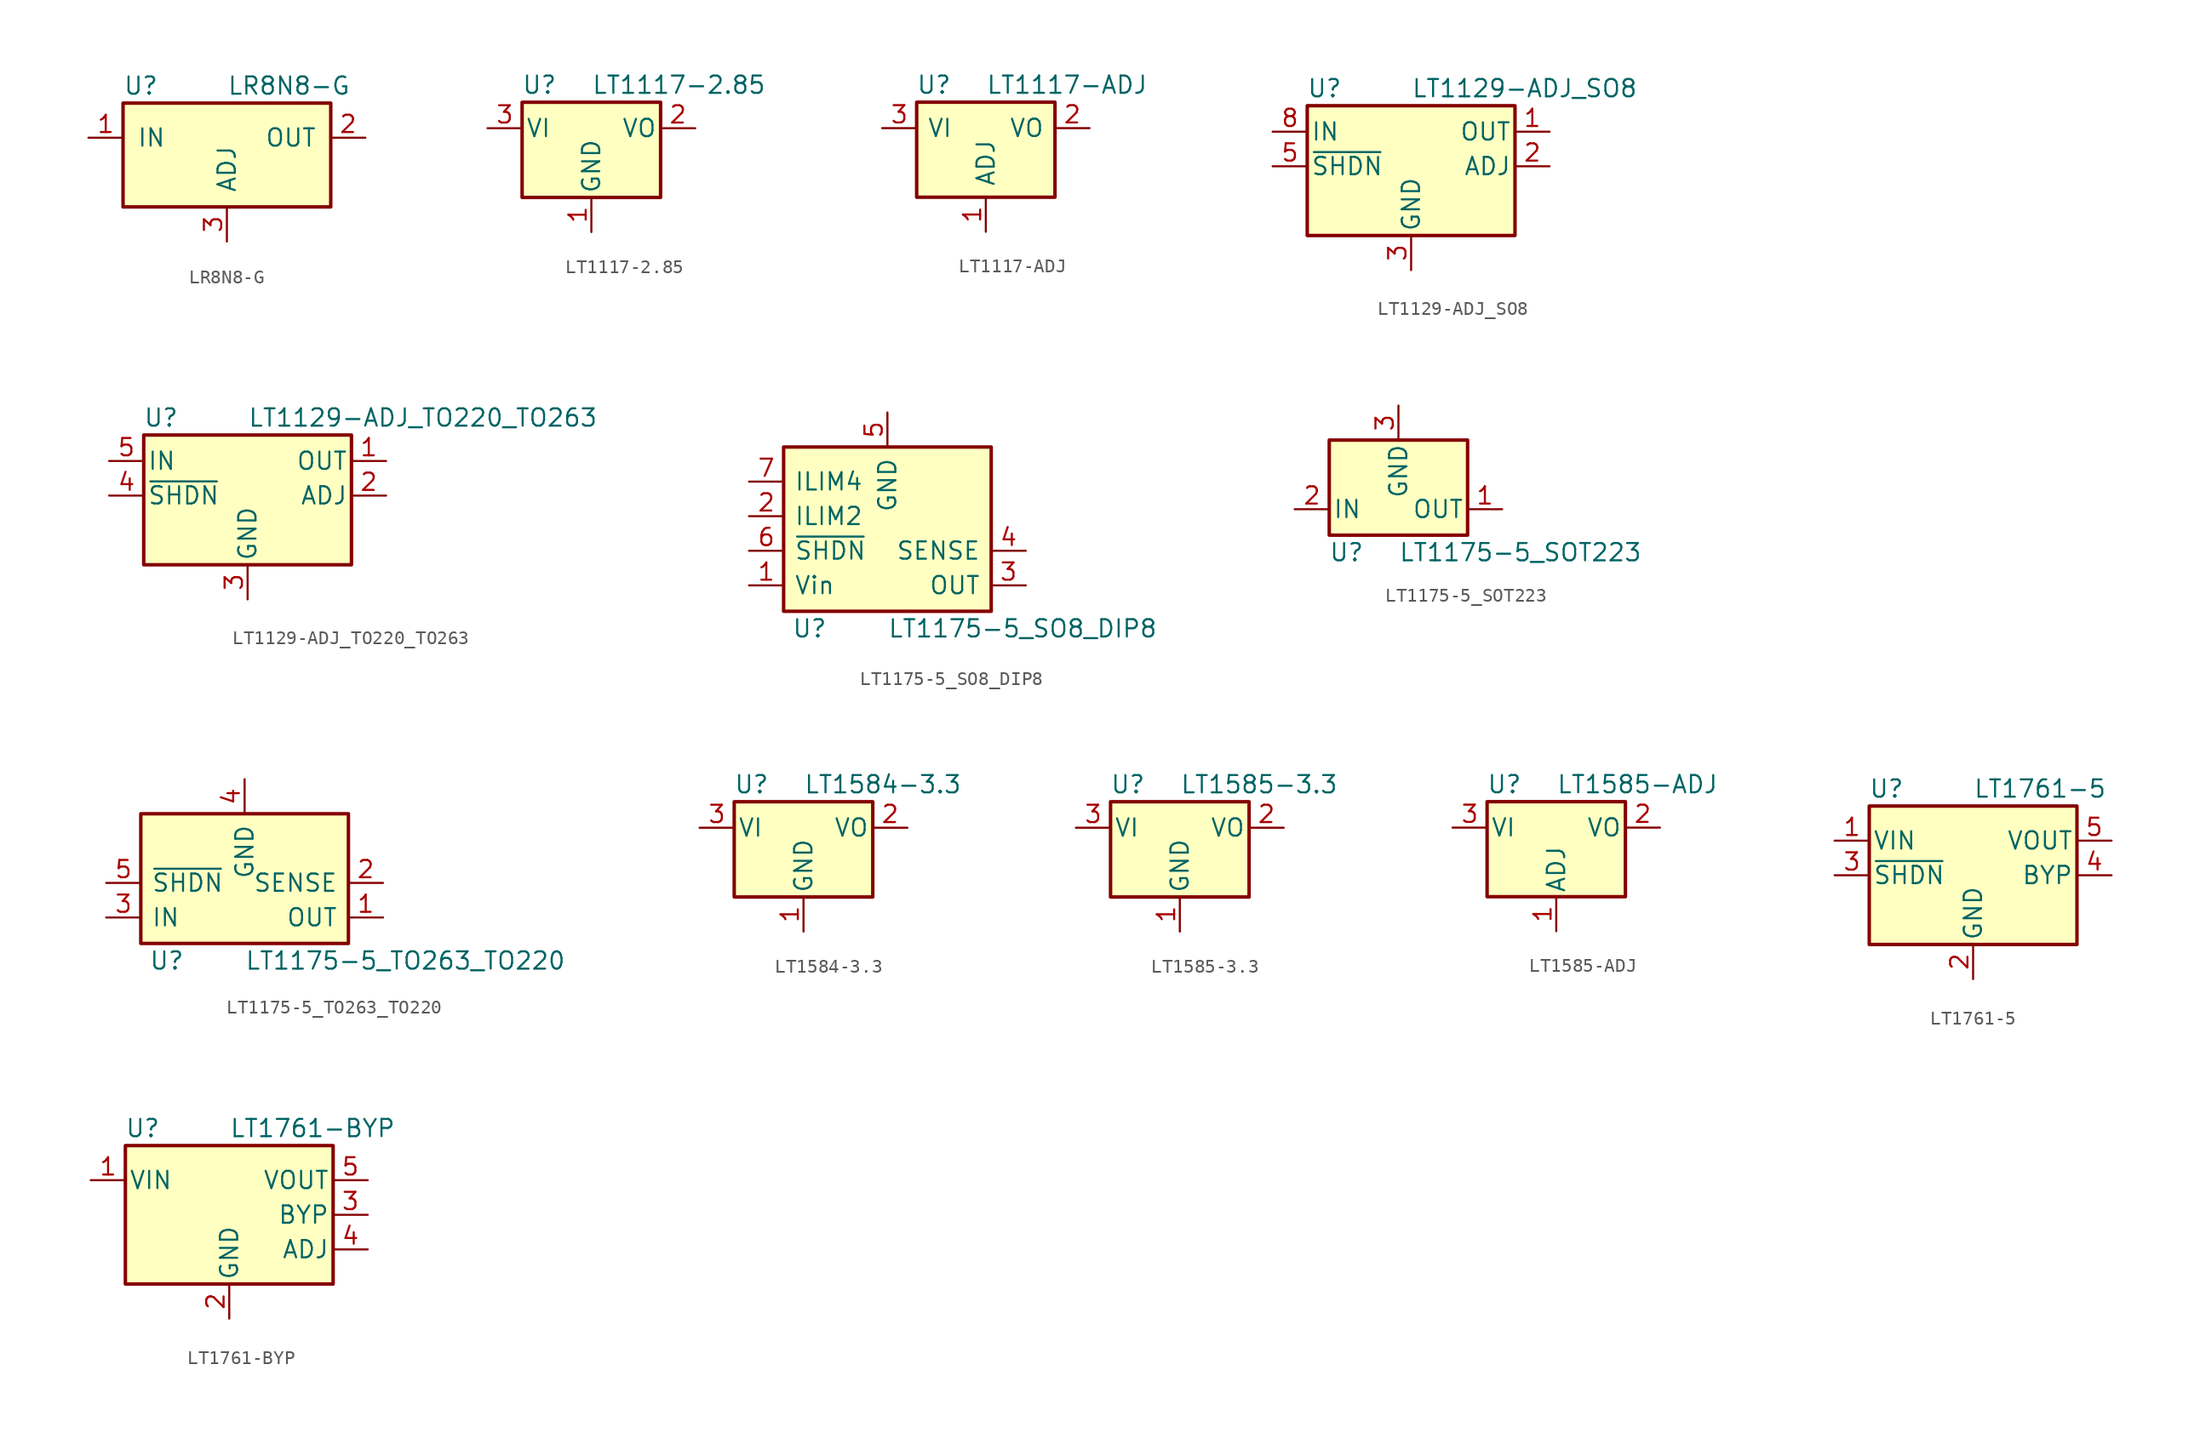
<source format=kicad_sym>
(kicad_symbol_lib
  (version 20201005)
  (generator kicad_symbol_editor)
  (symbol "LR8N8-G"
    (pin_names
      (offset 1.016))
    (property "Reference" "U"
      (at -7.62 3.81 0)
      (effects (font (size 1.27 1.27)) (justify left)))
    (property "Value" "LR8N8-G"
      (at 0 3.81 0)
      (effects (font (size 1.27 1.27)) (justify left)))
    (symbol "LR8N8-G_0_1"
      (rectangle (start -7.62 2.54) (end 7.62 -5.08) (stroke (width 0.254)) (fill (type background))))
    (symbol "LR8N8-G_1_1"
      (pin input line (at -10.16 0 0) (length 2.54) (name "IN" (effects (font (size 1.27 1.27)))) (number "1" (effects (font (size 1.27 1.27)))))
      (pin power_out line (at 10.16 0 180) (length 2.54) (name "OUT" (effects (font (size 1.27 1.27)))) (number "2" (effects (font (size 1.27 1.27)))))
      (pin input line (at 0 -7.62 90) (length 2.54) (name "ADJ" (effects (font (size 1.27 1.27)))) (number "3" (effects (font (size 1.27 1.27)))))))
  (symbol "LT1117-2.85"
    (pin_names
      (offset 0.254))
    (property "Reference" "U"
      (at -3.81 3.175 0)
      (effects (font (size 1.27 1.27))))
    (property "Value" "LT1117-2.85"
      (at 0 3.175 0)
      (effects (font (size 1.27 1.27)) (justify left)))
    (symbol "LT1117-2.85_0_1"
      (rectangle (start -5.08 -5.08) (end 5.08 1.905) (stroke (width 0.254)) (fill (type background))))
    (symbol "LT1117-2.85_1_1"
      (pin power_in line (at 0 -7.62 90) (length 2.54) (name "GND" (effects (font (size 1.27 1.27)))) (number "1" (effects (font (size 1.27 1.27)))))
      (pin power_out line (at 7.62 0 180) (length 2.54) (name "VO" (effects (font (size 1.27 1.27)))) (number "2" (effects (font (size 1.27 1.27)))))
      (pin power_in line (at -7.62 0 0) (length 2.54) (name "VI" (effects (font (size 1.27 1.27)))) (number "3" (effects (font (size 1.27 1.27)))))))
  (symbol "LT1117-ADJ"
    (pin_names
      (offset 0.762))
    (property "Reference" "U"
      (at -3.81 3.175 0)
      (effects (font (size 1.27 1.27))))
    (property "Value" "LT1117-ADJ"
      (at 0 3.175 0)
      (effects (font (size 1.27 1.27)) (justify left)))
    (symbol "LT1117-ADJ_0_1"
      (rectangle (start -5.08 -5.08) (end 5.08 1.905) (stroke (width 0.254)) (fill (type background))))
    (symbol "LT1117-ADJ_1_1"
      (pin input line (at 0 -7.62 90) (length 2.54) (name "ADJ" (effects (font (size 1.27 1.27)))) (number "1" (effects (font (size 1.27 1.27)))))
      (pin power_out line (at 7.62 0 180) (length 2.54) (name "VO" (effects (font (size 1.27 1.27)))) (number "2" (effects (font (size 1.27 1.27)))))
      (pin power_in line (at -7.62 0 0) (length 2.54) (name "VI" (effects (font (size 1.27 1.27)))) (number "3" (effects (font (size 1.27 1.27)))))))
  (symbol "LT1129-ADJ_SO8"
    (pin_names
      (offset 0.254))
    (property "Reference" "U"
      (at -6.35 5.715 0)
      (effects (font (size 1.27 1.27))))
    (property "Value" "LT1129-ADJ_SO8"
      (at 0 5.715 0)
      (effects (font (size 1.27 1.27)) (justify left)))
    (symbol "LT1129-ADJ_SO8_0_1"
      (rectangle (start -7.62 -5.08) (end 7.62 4.445) (stroke (width 0.254)) (fill (type background))))
    (symbol "LT1129-ADJ_SO8_1_1"
      (pin power_out line (at 10.16 2.54 180) (length 2.54) (name "OUT" (effects (font (size 1.27 1.27)))) (number "1" (effects (font (size 1.27 1.27)))))
      (pin input line (at 10.16 0 180) (length 2.54) (name "ADJ" (effects (font (size 1.27 1.27)))) (number "2" (effects (font (size 1.27 1.27)))))
      (pin power_in line (at 0 -7.62 90) (length 2.54) (name "GND" (effects (font (size 1.27 1.27)))) (number "3" (effects (font (size 1.27 1.27)))))
      (pin no_connect line (at 10.16 -2.54 180) (length 2.54) hide (name "NC" (effects (font (size 1.27 1.27)))) (number "4" (effects (font (size 1.27 1.27)))))
      (pin input line (at -10.16 0 0) (length 2.54) (name "~SHDN" (effects (font (size 1.27 1.27)))) (number "5" (effects (font (size 1.27 1.27)))))
      (pin passive line (at 0 -7.62 90) (length 2.54) hide (name "GND" (effects (font (size 1.27 1.27)))) (number "6" (effects (font (size 1.27 1.27)))))
      (pin passive line (at 0 -7.62 90) (length 2.54) hide (name "GND" (effects (font (size 1.27 1.27)))) (number "7" (effects (font (size 1.27 1.27)))))
      (pin power_in line (at -10.16 2.54 0) (length 2.54) (name "IN" (effects (font (size 1.27 1.27)))) (number "8" (effects (font (size 1.27 1.27)))))))
  (symbol "LT1129-ADJ_TO220_TO263"
    (pin_names
      (offset 0.254))
    (property "Reference" "U"
      (at -6.35 5.715 0)
      (effects (font (size 1.27 1.27))))
    (property "Value" "LT1129-ADJ_TO220_TO263"
      (at 0 5.715 0)
      (effects (font (size 1.27 1.27)) (justify left)))
    (symbol "LT1129-ADJ_TO220_TO263_0_1"
      (rectangle (start -7.62 -5.08) (end 7.62 4.445) (stroke (width 0.254)) (fill (type background))))
    (symbol "LT1129-ADJ_TO220_TO263_1_1"
      (pin power_out line (at 10.16 2.54 180) (length 2.54) (name "OUT" (effects (font (size 1.27 1.27)))) (number "1" (effects (font (size 1.27 1.27)))))
      (pin input line (at 10.16 0 180) (length 2.54) (name "ADJ" (effects (font (size 1.27 1.27)))) (number "2" (effects (font (size 1.27 1.27)))))
      (pin power_in line (at 0 -7.62 90) (length 2.54) (name "GND" (effects (font (size 1.27 1.27)))) (number "3" (effects (font (size 1.27 1.27)))))
      (pin input line (at -10.16 0 0) (length 2.54) (name "~SHDN" (effects (font (size 1.27 1.27)))) (number "4" (effects (font (size 1.27 1.27)))))
      (pin power_in line (at -10.16 2.54 0) (length 2.54) (name "IN" (effects (font (size 1.27 1.27)))) (number "5" (effects (font (size 1.27 1.27)))))))
  (symbol "LT1175-5_SO8_DIP8"
    (pin_names
      (offset 0.762))
    (property "Reference" "U"
      (at -5.715 -8.255 0)
      (effects (font (size 1.27 1.27))))
    (property "Value" "LT1175-5_SO8_DIP8"
      (at 0 -8.255 0)
      (effects (font (size 1.27 1.27)) (justify left)))
    (symbol "LT1175-5_SO8_DIP8_0_1"
      (rectangle (start -7.62 -6.985) (end 7.62 5.08) (stroke (width 0.254)) (fill (type background))))
    (symbol "LT1175-5_SO8_DIP8_1_1"
      (pin power_in line (at -10.16 -5.08 0) (length 2.54) (name "Vin" (effects (font (size 1.27 1.27)))) (number "1" (effects (font (size 1.27 1.27)))))
      (pin input line (at -10.16 0 0) (length 2.54) (name "ILIM2" (effects (font (size 1.27 1.27)))) (number "2" (effects (font (size 1.27 1.27)))))
      (pin power_out line (at 10.16 -5.08 180) (length 2.54) (name "OUT" (effects (font (size 1.27 1.27)))) (number "3" (effects (font (size 1.27 1.27)))))
      (pin input line (at 10.16 -2.54 180) (length 2.54) (name "SENSE" (effects (font (size 1.27 1.27)))) (number "4" (effects (font (size 1.27 1.27)))))
      (pin power_in line (at 0 7.62 270) (length 2.54) (name "GND" (effects (font (size 1.27 1.27)))) (number "5" (effects (font (size 1.27 1.27)))))
      (pin input line (at -10.16 -2.54 0) (length 2.54) (name "~SHDN" (effects (font (size 1.27 1.27)))) (number "6" (effects (font (size 1.27 1.27)))))
      (pin input line (at -10.16 2.54 0) (length 2.54) (name "ILIM4" (effects (font (size 1.27 1.27)))) (number "7" (effects (font (size 1.27 1.27)))))
      (pin passive line (at -10.16 -5.08 0) (length 2.54) hide (name "Vin" (effects (font (size 1.27 1.27)))) (number "8" (effects (font (size 1.27 1.27)))))))
  (symbol "LT1175-5_SOT223"
    (pin_names
      (offset 0.254))
    (property "Reference" "U"
      (at -3.81 -3.175 0)
      (effects (font (size 1.27 1.27))))
    (property "Value" "LT1175-5_SOT223"
      (at 0 -3.175 0)
      (effects (font (size 1.27 1.27)) (justify left)))
    (symbol "LT1175-5_SOT223_0_1"
      (rectangle (start -5.08 -1.905) (end 5.08 5.08) (stroke (width 0.254)) (fill (type background))))
    (symbol "LT1175-5_SOT223_1_1"
      (pin power_out line (at 7.62 0 180) (length 2.54) (name "OUT" (effects (font (size 1.27 1.27)))) (number "1" (effects (font (size 1.27 1.27)))))
      (pin power_in line (at -7.62 0 0) (length 2.54) (name "IN" (effects (font (size 1.27 1.27)))) (number "2" (effects (font (size 1.27 1.27)))))
      (pin power_in line (at 0 7.62 270) (length 2.54) (name "GND" (effects (font (size 1.27 1.27)))) (number "3" (effects (font (size 1.27 1.27)))))))
  (symbol "LT1175-5_TO263_TO220"
    (pin_names
      (offset 0.762))
    (property "Reference" "U"
      (at -5.715 -3.175 0)
      (effects (font (size 1.27 1.27))))
    (property "Value" "LT1175-5_TO263_TO220"
      (at 0 -3.175 0)
      (effects (font (size 1.27 1.27)) (justify left)))
    (symbol "LT1175-5_TO263_TO220_0_1"
      (rectangle (start -7.62 -1.905) (end 7.62 7.62) (stroke (width 0.254)) (fill (type background))))
    (symbol "LT1175-5_TO263_TO220_1_1"
      (pin power_out line (at 10.16 0 180) (length 2.54) (name "OUT" (effects (font (size 1.27 1.27)))) (number "1" (effects (font (size 1.27 1.27)))))
      (pin input line (at 10.16 2.54 180) (length 2.54) (name "SENSE" (effects (font (size 1.27 1.27)))) (number "2" (effects (font (size 1.27 1.27)))))
      (pin power_in line (at -10.16 0 0) (length 2.54) (name "IN" (effects (font (size 1.27 1.27)))) (number "3" (effects (font (size 1.27 1.27)))))
      (pin power_in line (at 0 10.16 270) (length 2.54) (name "GND" (effects (font (size 1.27 1.27)))) (number "4" (effects (font (size 1.27 1.27)))))
      (pin input line (at -10.16 2.54 0) (length 2.54) (name "~SHDN" (effects (font (size 1.27 1.27)))) (number "5" (effects (font (size 1.27 1.27)))))))
  (symbol "LT1584-3.3"
    (pin_names
      (offset 0.254))
    (property "Reference" "U"
      (at -3.81 3.175 0)
      (effects (font (size 1.27 1.27))))
    (property "Value" "LT1584-3.3"
      (at 0 3.175 0)
      (effects (font (size 1.27 1.27)) (justify left)))
    (symbol "LT1584-3.3_0_1"
      (rectangle (start -5.08 1.905) (end 5.08 -5.08) (stroke (width 0.254)) (fill (type background))))
    (symbol "LT1584-3.3_1_1"
      (pin power_in line (at 0 -7.62 90) (length 2.54) (name "GND" (effects (font (size 1.27 1.27)))) (number "1" (effects (font (size 1.27 1.27)))))
      (pin power_out line (at 7.62 0 180) (length 2.54) (name "VO" (effects (font (size 1.27 1.27)))) (number "2" (effects (font (size 1.27 1.27)))))
      (pin power_in line (at -7.62 0 0) (length 2.54) (name "VI" (effects (font (size 1.27 1.27)))) (number "3" (effects (font (size 1.27 1.27)))))))
  (symbol "LT1585-3.3"
    (pin_names
      (offset 0.254))
    (property "Reference" "U"
      (at -3.81 3.175 0)
      (effects (font (size 1.27 1.27))))
    (property "Value" "LT1585-3.3"
      (at 0 3.175 0)
      (effects (font (size 1.27 1.27)) (justify left)))
    (symbol "LT1585-3.3_0_1"
      (rectangle (start -5.08 -5.08) (end 5.08 1.905) (stroke (width 0.254)) (fill (type background))))
    (symbol "LT1585-3.3_1_1"
      (pin power_in line (at 0 -7.62 90) (length 2.54) (name "GND" (effects (font (size 1.27 1.27)))) (number "1" (effects (font (size 1.27 1.27)))))
      (pin power_out line (at 7.62 0 180) (length 2.54) (name "VO" (effects (font (size 1.27 1.27)))) (number "2" (effects (font (size 1.27 1.27)))))
      (pin power_in line (at -7.62 0 0) (length 2.54) (name "VI" (effects (font (size 1.27 1.27)))) (number "3" (effects (font (size 1.27 1.27)))))))
  (symbol "LT1585-ADJ"
    (pin_names
      (offset 0.254))
    (property "Reference" "U"
      (at -3.81 3.175 0)
      (effects (font (size 1.27 1.27))))
    (property "Value" "LT1585-ADJ"
      (at 0 3.175 0)
      (effects (font (size 1.27 1.27)) (justify left)))
    (symbol "LT1585-ADJ_0_1"
      (rectangle (start -5.08 -5.08) (end 5.08 1.905) (stroke (width 0.254)) (fill (type background))))
    (symbol "LT1585-ADJ_1_1"
      (pin input line (at 0 -7.62 90) (length 2.54) (name "ADJ" (effects (font (size 1.27 1.27)))) (number "1" (effects (font (size 1.27 1.27)))))
      (pin power_out line (at 7.62 0 180) (length 2.54) (name "VO" (effects (font (size 1.27 1.27)))) (number "2" (effects (font (size 1.27 1.27)))))
      (pin power_in line (at -7.62 0 0) (length 2.54) (name "VI" (effects (font (size 1.27 1.27)))) (number "3" (effects (font (size 1.27 1.27)))))))
  (symbol "LT1761-5"
    (pin_names
      (offset 0.254))
    (property "Reference" "U"
      (at -6.35 6.35 0)
      (effects (font (size 1.27 1.27))))
    (property "Value" "LT1761-5"
      (at 0 6.35 0)
      (effects (font (size 1.27 1.27)) (justify left)))
    (symbol "LT1761-5_0_1"
      (rectangle (start -7.62 5.08) (end 7.62 -5.08) (stroke (width 0.254)) (fill (type background))))
    (symbol "LT1761-5_1_1"
      (pin power_in line (at -10.16 2.54 0) (length 2.54) (name "VIN" (effects (font (size 1.27 1.27)))) (number "1" (effects (font (size 1.27 1.27)))))
      (pin power_in line (at 0 -7.62 90) (length 2.54) (name "GND" (effects (font (size 1.27 1.27)))) (number "2" (effects (font (size 1.27 1.27)))))
      (pin input line (at -10.16 0 0) (length 2.54) (name "~SHDN" (effects (font (size 1.27 1.27)))) (number "3" (effects (font (size 1.27 1.27)))))
      (pin passive line (at 10.16 0 180) (length 2.54) (name "BYP" (effects (font (size 1.27 1.27)))) (number "4" (effects (font (size 1.27 1.27)))))
      (pin power_out line (at 10.16 2.54 180) (length 2.54) (name "VOUT" (effects (font (size 1.27 1.27)))) (number "5" (effects (font (size 1.27 1.27)))))))
  (symbol "LT1761-BYP"
    (pin_names
      (offset 0.254))
    (property "Reference" "U"
      (at -6.35 6.35 0)
      (effects (font (size 1.27 1.27))))
    (property "Value" "LT1761-BYP"
      (at 0 6.35 0)
      (effects (font (size 1.27 1.27)) (justify left)))
    (symbol "LT1761-BYP_0_1"
      (rectangle (start -7.62 5.08) (end 7.62 -5.08) (stroke (width 0.254)) (fill (type background))))
    (symbol "LT1761-BYP_1_1"
      (pin power_in line (at -10.16 2.54 0) (length 2.54) (name "VIN" (effects (font (size 1.27 1.27)))) (number "1" (effects (font (size 1.27 1.27)))))
      (pin power_in line (at 0 -7.62 90) (length 2.54) (name "GND" (effects (font (size 1.27 1.27)))) (number "2" (effects (font (size 1.27 1.27)))))
      (pin passive line (at 10.16 0 180) (length 2.54) (name "BYP" (effects (font (size 1.27 1.27)))) (number "3" (effects (font (size 1.27 1.27)))))
      (pin input line (at 10.16 -2.54 180) (length 2.54) (name "ADJ" (effects (font (size 1.27 1.27)))) (number "4" (effects (font (size 1.27 1.27)))))
      (pin power_out line (at 10.16 2.54 180) (length 2.54) (name "VOUT" (effects (font (size 1.27 1.27)))) (number "5" (effects (font (size 1.27 1.27))))))))
</source>
